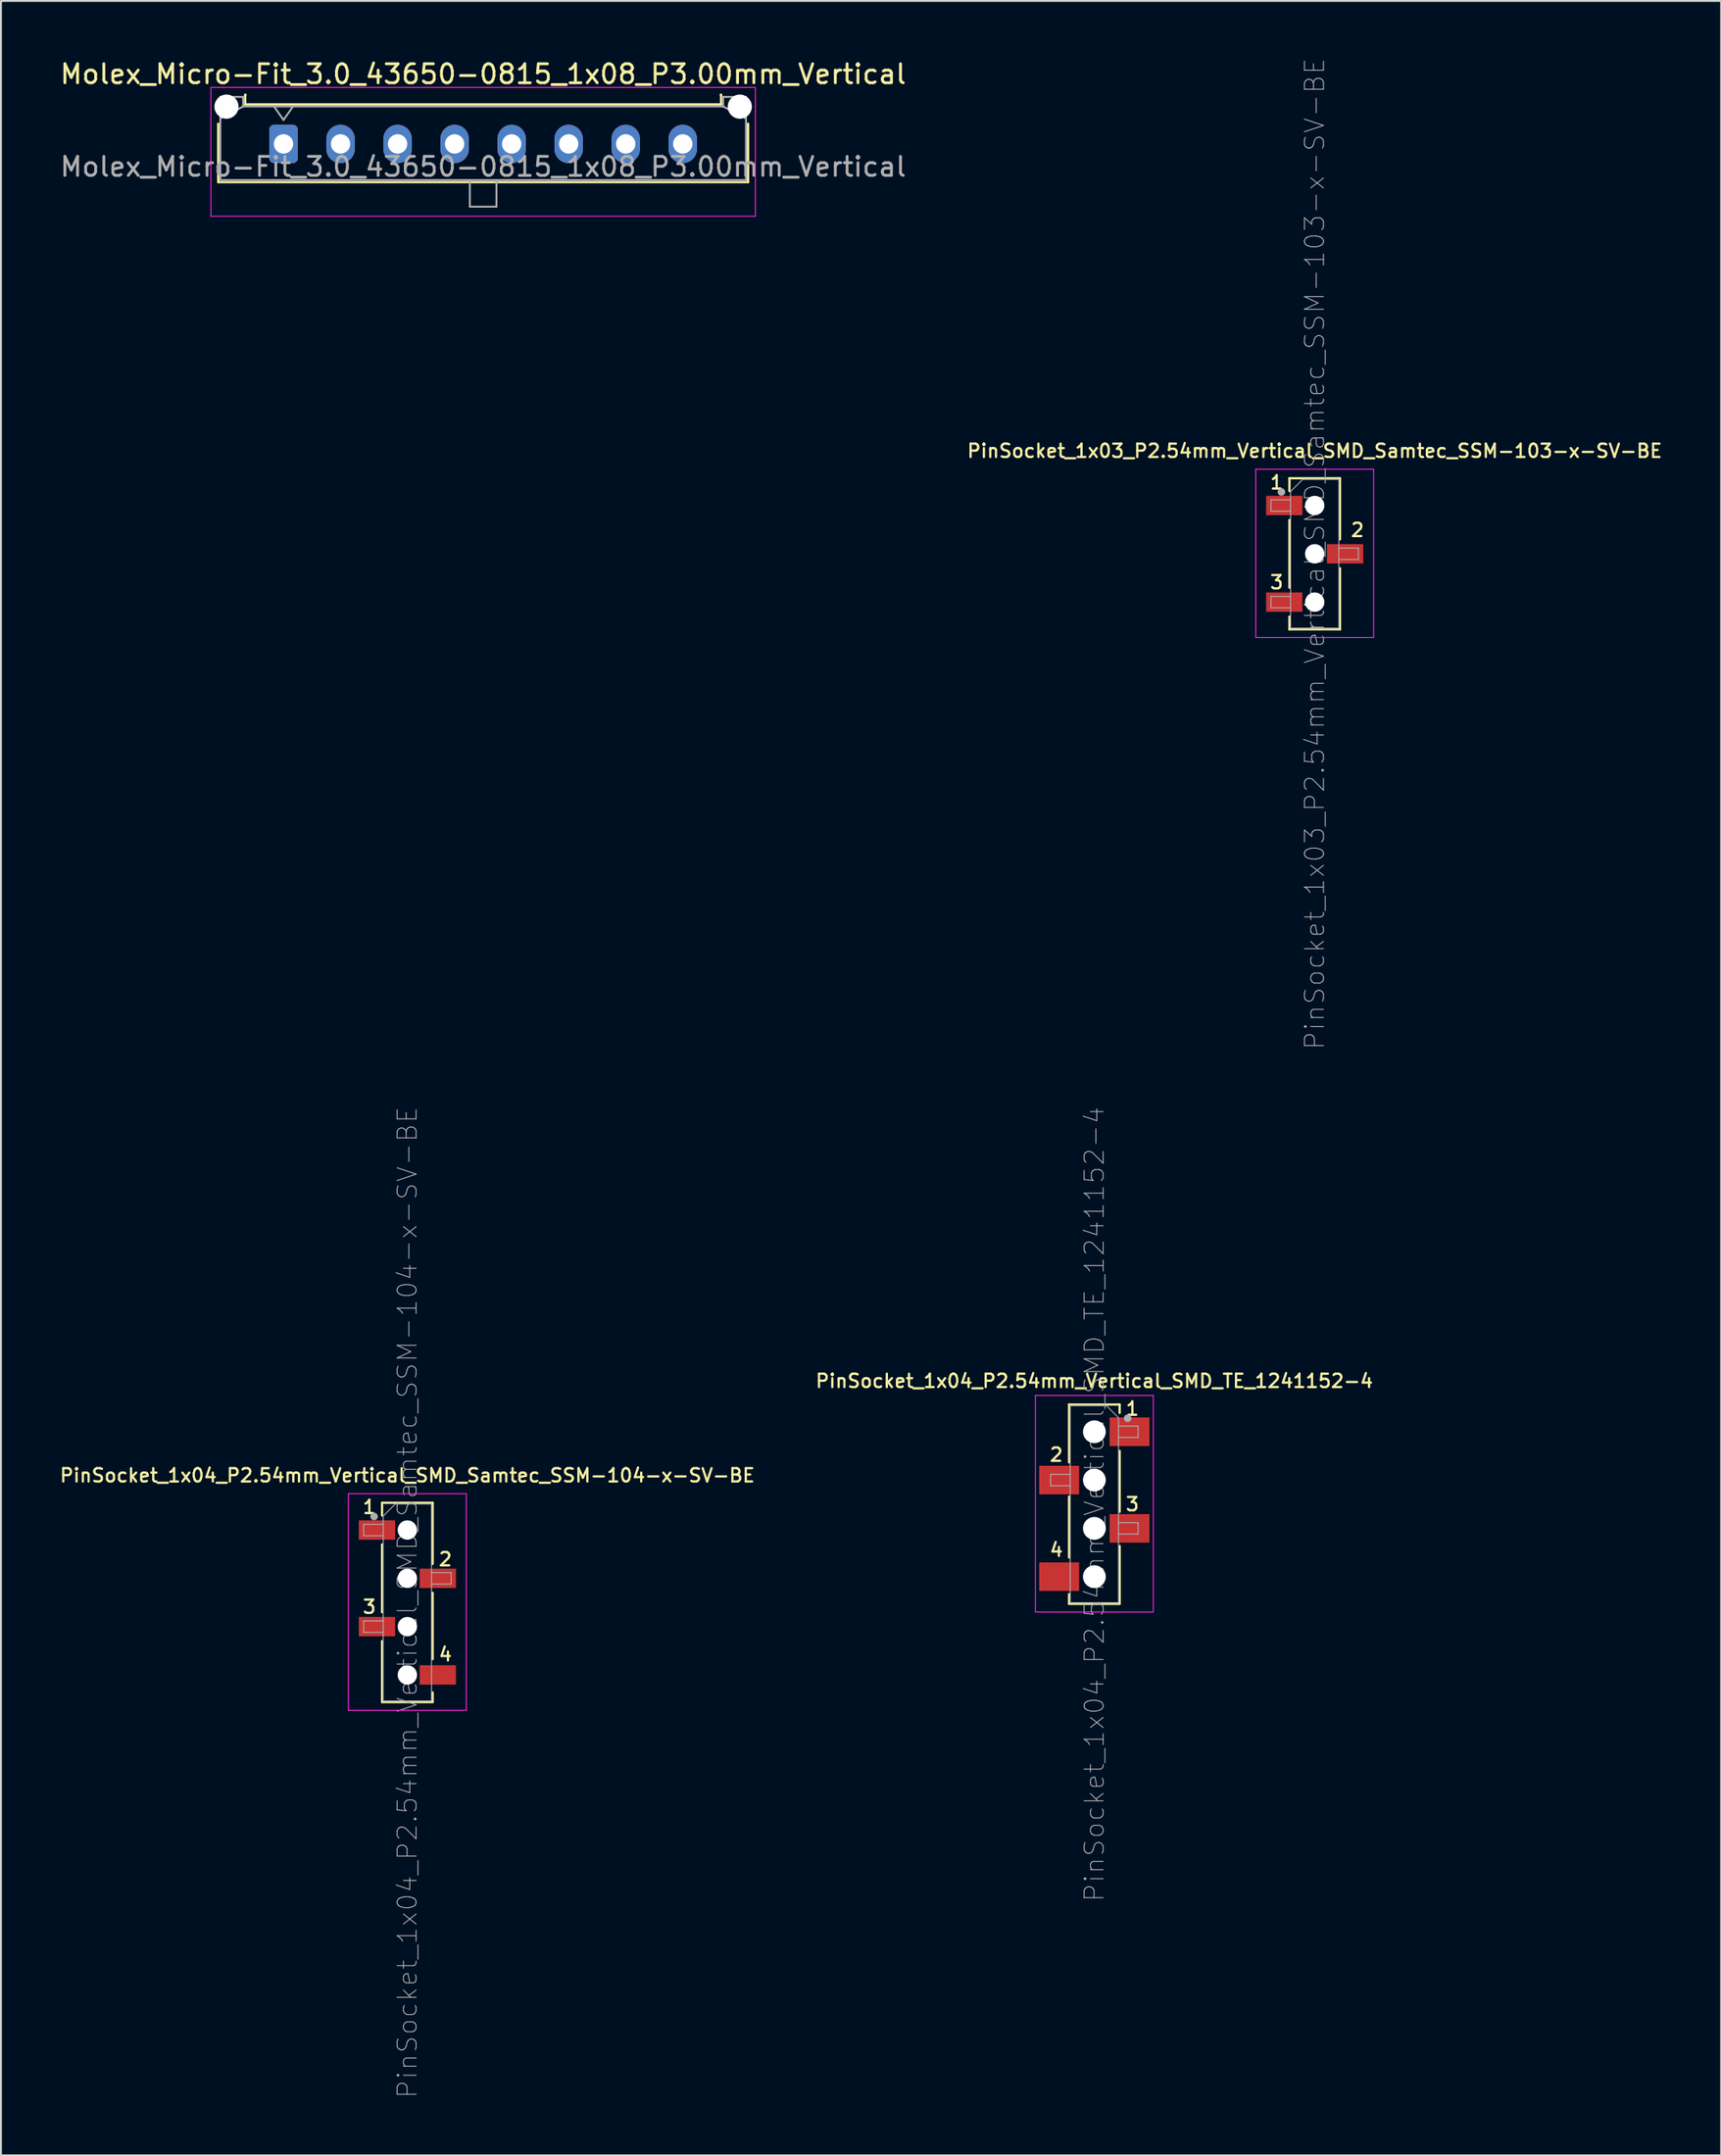
<source format=kicad_pcb>
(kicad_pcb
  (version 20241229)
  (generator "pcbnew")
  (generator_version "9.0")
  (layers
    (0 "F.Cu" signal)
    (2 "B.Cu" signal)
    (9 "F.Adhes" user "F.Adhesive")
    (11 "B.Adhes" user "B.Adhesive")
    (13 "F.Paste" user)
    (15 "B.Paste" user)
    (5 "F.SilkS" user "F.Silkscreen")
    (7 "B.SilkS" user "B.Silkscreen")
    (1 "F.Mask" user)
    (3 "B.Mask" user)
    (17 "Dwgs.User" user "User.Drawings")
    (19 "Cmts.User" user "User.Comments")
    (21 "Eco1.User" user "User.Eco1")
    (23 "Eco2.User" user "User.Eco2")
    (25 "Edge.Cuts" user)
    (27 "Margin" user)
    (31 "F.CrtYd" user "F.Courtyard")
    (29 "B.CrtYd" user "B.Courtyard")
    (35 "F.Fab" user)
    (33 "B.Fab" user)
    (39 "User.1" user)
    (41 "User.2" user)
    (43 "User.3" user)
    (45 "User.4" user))
  (footprint "PinSocket_1x04_P2.54mm_Vertical_SMD_Samtec_SSM-104-x-SV-BE"
    (layer "F.Cu")
    (at 18.377 81.211)
    (property "Reference" "PinSocket_1x04_P2.54mm_Vertical_SMD_Samtec_SSM-104-x-SV-BE" (at 0 -6.68 0) (layer "F.SilkS") (effects (font (size 0.7 0.7) (thickness 0.12))))
    (attr smd)
    (fp_line (start -1.33 -5.24) (end -1.33 -4.57) (stroke (width 0.12) (type solid)) (layer "F.SilkS"))
    (fp_line (start -1.33 -5.24) (end 1.33 -5.24) (stroke (width 0.12) (type solid)) (layer "F.SilkS"))
    (fp_line (start -1.33 -3.05) (end -1.33 0.51) (stroke (width 0.12) (type solid)) (layer "F.SilkS"))
    (fp_line (start -1.33 2.03) (end -1.33 5.23) (stroke (width 0.12) (type solid)) (layer "F.SilkS"))
    (fp_line (start -1.33 5.24) (end 1.33 5.24) (stroke (width 0.12) (type solid)) (layer "F.SilkS"))
    (fp_line (start 1.33 -5.24) (end 1.33 -2.03) (stroke (width 0.12) (type solid)) (layer "F.SilkS"))
    (fp_line (start 1.33 -0.51) (end 1.33 2.98) (stroke (width 0.12) (type solid)) (layer "F.SilkS"))
    (fp_line (start 1.33 4.73) (end 1.33 5.22) (stroke (width 0.12) (type solid)) (layer "F.SilkS"))
    (fp_line (start -3.1 -5.72) (end 3.1 -5.72) (stroke (width 0.05) (type solid)) (layer "F.CrtYd"))
    (fp_line (start -3.1 5.67) (end -3.1 -5.72) (stroke (width 0.05) (type solid)) (layer "F.CrtYd"))
    (fp_line (start 3.1 -5.72) (end 3.1 5.67) (stroke (width 0.05) (type solid)) (layer "F.CrtYd"))
    (fp_line (start 3.1 5.67) (end -3.1 5.67) (stroke (width 0.05) (type solid)) (layer "F.CrtYd"))
    (fp_line (start -2.3 -4.11) (end -1.27 -4.11) (stroke (width 0.05) (type solid)) (layer "F.Fab"))
    (fp_line (start -2.3 -3.51) (end -2.3 -4.11) (stroke (width 0.05) (type solid)) (layer "F.Fab"))
    (fp_line (start -2.3 0.97) (end -1.27 0.97) (stroke (width 0.05) (type solid)) (layer "F.Fab"))
    (fp_line (start -2.3 1.57) (end -2.3 0.97) (stroke (width 0.05) (type solid)) (layer "F.Fab"))
    (fp_line (start -1.27 -4.545) (end -0.635 -5.18) (stroke (width 0.05) (type solid)) (layer "F.Fab"))
    (fp_line (start -1.27 -3.51) (end -2.3 -3.51) (stroke (width 0.05) (type solid)) (layer "F.Fab"))
    (fp_line (start -1.27 1.57) (end -2.3 1.57) (stroke (width 0.05) (type solid)) (layer "F.Fab"))
    (fp_line (start -1.27 5.18) (end -1.27 -4.545) (stroke (width 0.05) (type solid)) (layer "F.Fab"))
    (fp_line (start -0.635 -5.18) (end 1.27 -5.18) (stroke (width 0.05) (type solid)) (layer "F.Fab"))
    (fp_line (start 1.27 -5.18) (end 1.27 5.18) (stroke (width 0.05) (type solid)) (layer "F.Fab"))
    (fp_line (start 1.27 -1.57) (end 2.3 -1.57) (stroke (width 0.05) (type solid)) (layer "F.Fab"))
    (fp_line (start 1.27 5.18) (end -1.27 5.18) (stroke (width 0.05) (type solid)) (layer "F.Fab"))
    (fp_line (start 2.3 -1.57) (end 2.3 -0.97) (stroke (width 0.05) (type solid)) (layer "F.Fab"))
    (fp_line (start 2.3 -0.97) (end 1.27 -0.97) (stroke (width 0.05) (type solid)) (layer "F.Fab"))
    (fp_circle (center -1.75 -4.52) (end -1.65 -4.52) (stroke (width 0.2) (type solid)) (fill no) (layer "F.Fab"))
    (fp_text user "4" (at 2 2.73 0) (layer "F.SilkS") (effects (font (size 0.7 0.7) (thickness 0.12))))
    (fp_text user "2" (at 2 -2.27 0) (layer "F.SilkS") (effects (font (size 0.7 0.7) (thickness 0.12))))
    (fp_text user "1" (at -2 -5.02 0) (layer "F.SilkS") (effects (font (size 0.7 0.7) (thickness 0.12))))
    (fp_text user "3" (at -2 0.23 0) (layer "F.SilkS") (effects (font (size 0.7 0.7) (thickness 0.12))))
    (fp_text user "${REFERENCE}" (at 0 0 90) (layer "F.Fab") (effects (font (size 1 1) (thickness 0.05))))
    (pad "" np_thru_hole circle (at 0 -3.81) (size 1.02 1.02) (drill 1.02) (layers "*.Cu" "*.Mask"))
    (pad "" np_thru_hole circle (at 0 -1.27) (size 1.02 1.02) (drill 1.02) (layers "*.Cu" "*.Mask"))
    (pad "" np_thru_hole circle (at 0 1.27) (size 1.02 1.02) (drill 1.02) (layers "*.Cu" "*.Mask"))
    (pad "" np_thru_hole circle (at 0 3.81) (size 1.02 1.02) (drill 1.02) (layers "*.Cu" "*.Mask"))
    (pad "1" smd rect (at -1.6 -3.81) (size 1.91 1.02) (layers "F.Cu" "F.Mask" "F.Paste"))
    (pad "2" smd rect (at 1.6 -1.27) (size 1.91 1.02) (layers "F.Cu" "F.Mask" "F.Paste"))
    (pad "3" smd rect (at -1.6 1.27) (size 1.91 1.02) (layers "F.Cu" "F.Mask" "F.Paste"))
    (pad "4" smd rect (at 1.6 3.81) (size 1.91 1.02) (layers "F.Cu" "F.Mask" "F.Paste")))
  (footprint "PinSocket_1x03_P2.54mm_Vertical_SMD_Samtec_SSM-103-x-SV-BE"
    (layer "F.Cu")
    (at 66.103 26.07)
    (property "Reference" "PinSocket_1x03_P2.54mm_Vertical_SMD_Samtec_SSM-103-x-SV-BE" (at 0 -5.41 0) (layer "F.SilkS") (effects (font (size 0.7 0.7) (thickness 0.12))))
    (attr smd)
    (fp_line (start -1.33 -3.97) (end -1.33 -3.3) (stroke (width 0.12) (type solid)) (layer "F.SilkS"))
    (fp_line (start -1.33 -3.97) (end 1.33 -3.97) (stroke (width 0.12) (type solid)) (layer "F.SilkS"))
    (fp_line (start -1.33 -1.78) (end -1.33 1.78) (stroke (width 0.12) (type solid)) (layer "F.SilkS"))
    (fp_line (start -1.33 3.3) (end -1.33 3.97) (stroke (width 0.12) (type solid)) (layer "F.SilkS"))
    (fp_line (start -1.33 3.97) (end 1.33 3.97) (stroke (width 0.12) (type solid)) (layer "F.SilkS"))
    (fp_line (start 1.33 -3.97) (end 1.33 -0.76) (stroke (width 0.12) (type solid)) (layer "F.SilkS"))
    (fp_line (start 1.33 0.76) (end 1.33 3.97) (stroke (width 0.12) (type solid)) (layer "F.SilkS"))
    (fp_line (start -3.1 -4.45) (end 3.1 -4.45) (stroke (width 0.05) (type solid)) (layer "F.CrtYd"))
    (fp_line (start -3.1 4.4) (end -3.1 -4.45) (stroke (width 0.05) (type solid)) (layer "F.CrtYd"))
    (fp_line (start 3.1 -4.45) (end 3.1 4.4) (stroke (width 0.05) (type solid)) (layer "F.CrtYd"))
    (fp_line (start 3.1 4.4) (end -3.1 4.4) (stroke (width 0.05) (type solid)) (layer "F.CrtYd"))
    (fp_line (start -2.3 -2.84) (end -1.27 -2.84) (stroke (width 0.05) (type solid)) (layer "F.Fab"))
    (fp_line (start -2.3 -2.24) (end -2.3 -2.84) (stroke (width 0.05) (type solid)) (layer "F.Fab"))
    (fp_line (start -2.3 2.24) (end -1.27 2.24) (stroke (width 0.05) (type solid)) (layer "F.Fab"))
    (fp_line (start -2.3 2.84) (end -2.3 2.24) (stroke (width 0.05) (type solid)) (layer "F.Fab"))
    (fp_line (start -1.27 -3.275) (end -0.635 -3.91) (stroke (width 0.05) (type solid)) (layer "F.Fab"))
    (fp_line (start -1.27 -2.24) (end -2.3 -2.24) (stroke (width 0.05) (type solid)) (layer "F.Fab"))
    (fp_line (start -1.27 2.84) (end -2.3 2.84) (stroke (width 0.05) (type solid)) (layer "F.Fab"))
    (fp_line (start -1.27 3.91) (end -1.27 -3.275) (stroke (width 0.05) (type solid)) (layer "F.Fab"))
    (fp_line (start -0.635 -3.91) (end 1.27 -3.91) (stroke (width 0.05) (type solid)) (layer "F.Fab"))
    (fp_line (start 1.27 -3.91) (end 1.27 3.91) (stroke (width 0.05) (type solid)) (layer "F.Fab"))
    (fp_line (start 1.27 -0.3) (end 2.3 -0.3) (stroke (width 0.05) (type solid)) (layer "F.Fab"))
    (fp_line (start 1.27 3.91) (end -1.27 3.91) (stroke (width 0.05) (type solid)) (layer "F.Fab"))
    (fp_line (start 2.3 -0.3) (end 2.3 0.3) (stroke (width 0.05) (type solid)) (layer "F.Fab"))
    (fp_line (start 2.3 0.3) (end 1.27 0.3) (stroke (width 0.05) (type solid)) (layer "F.Fab"))
    (fp_circle (center -1.75 -3.25) (end -1.65 -3.25) (stroke (width 0.2) (type solid)) (fill no) (layer "F.Fab"))
    (fp_text user "3" (at -2 1.5 0) (layer "F.SilkS") (effects (font (size 0.7 0.7) (thickness 0.12))))
    (fp_text user "2" (at 2.25 -1.25 0) (layer "F.SilkS") (effects (font (size 0.7 0.7) (thickness 0.12))))
    (fp_text user "1" (at -2 -3.75 0) (layer "F.SilkS") (effects (font (size 0.7 0.7) (thickness 0.12))))
    (fp_text user "${REFERENCE}" (at 0 0 90) (layer "F.Fab") (effects (font (size 1 1) (thickness 0.05))))
    (pad "" np_thru_hole circle (at 0 -2.54) (size 1.02 1.02) (drill 1.02) (layers "*.Cu" "*.Mask"))
    (pad "" np_thru_hole circle (at 0 0) (size 1.02 1.02) (drill 1.02) (layers "*.Cu" "*.Mask"))
    (pad "" np_thru_hole circle (at 0 2.54) (size 1.02 1.02) (drill 1.02) (layers "*.Cu" "*.Mask"))
    (pad "1" smd rect (at -1.6 -2.54) (size 1.91 1.02) (layers "F.Cu" "F.Mask" "F.Paste"))
    (pad "2" smd rect (at 1.6 0) (size 1.91 1.02) (layers "F.Cu" "F.Mask" "F.Paste"))
    (pad "3" smd rect (at -1.6 2.54) (size 1.91 1.02) (layers "F.Cu" "F.Mask" "F.Paste")))
  (footprint "Molex_Micro-Fit_3.0_43650-0815_1x08_P3.00mm_Vertical"
    (layer "F.Cu")
    (at 11.863 4.518)
    (property "Reference" "Molex_Micro-Fit_3.0_43650-0815_1x08_P3.00mm_Vertical" (at 10.5 -3.67 0) (layer "F.SilkS") (effects (font (size 1 1) (thickness 0.15))))
    (attr through_hole)
    (fp_line (start -3.435 -1.065) (end -3.435 2.01) (stroke (width 0.12) (type solid)) (layer "F.SilkS"))
    (fp_line (start -3.435 2.01) (end 24.435 2.01) (stroke (width 0.12) (type solid)) (layer "F.SilkS"))
    (fp_line (start -2.015 -2.58) (end -2.015 -2.08) (stroke (width 0.12) (type solid)) (layer "F.SilkS"))
    (fp_line (start -2.015 -2.08) (end 23.015 -2.08) (stroke (width 0.12) (type solid)) (layer "F.SilkS"))
    (fp_line (start -1.995 -2.58) (end -2.015 -2.58) (stroke (width 0.12) (type solid)) (layer "F.SilkS"))
    (fp_line (start 23.015 -2.58) (end 22.995 -2.58) (stroke (width 0.12) (type solid)) (layer "F.SilkS"))
    (fp_line (start 23.015 -2.08) (end 23.015 -2.58) (stroke (width 0.12) (type solid)) (layer "F.SilkS"))
    (fp_line (start 24.435 2.01) (end 24.435 -1.065) (stroke (width 0.12) (type solid)) (layer "F.SilkS"))
    (fp_line (start -3.82 -2.97) (end 24.82 -2.97) (stroke (width 0.05) (type solid)) (layer "F.CrtYd"))
    (fp_line (start -3.82 3.8) (end -3.82 -2.97) (stroke (width 0.05) (type solid)) (layer "F.CrtYd"))
    (fp_line (start 24.82 -2.97) (end 24.82 3.8) (stroke (width 0.05) (type solid)) (layer "F.CrtYd"))
    (fp_line (start 24.82 3.8) (end -3.82 3.8) (stroke (width 0.05) (type solid)) (layer "F.CrtYd"))
    (fp_line (start -3.325 -2.47) (end -3.325 1.9) (stroke (width 0.1) (type solid)) (layer "F.Fab"))
    (fp_line (start -3.325 -1.34) (end -2.125 -1.97) (stroke (width 0.1) (type solid)) (layer "F.Fab"))
    (fp_line (start -3.325 1.9) (end 24.325 1.9) (stroke (width 0.1) (type solid)) (layer "F.Fab"))
    (fp_line (start -2.125 -2.47) (end -3.325 -2.47) (stroke (width 0.1) (type solid)) (layer "F.Fab"))
    (fp_line (start -2.125 -1.97) (end -2.125 -2.47) (stroke (width 0.1) (type solid)) (layer "F.Fab"))
    (fp_line (start -0.5 -1.97) (end 0 -1.263) (stroke (width 0.1) (type solid)) (layer "F.Fab"))
    (fp_line (start 0 -1.263) (end 0.5 -1.97) (stroke (width 0.1) (type solid)) (layer "F.Fab"))
    (fp_line (start 9.8 1.9) (end 9.8 3.3) (stroke (width 0.1) (type solid)) (layer "F.Fab"))
    (fp_line (start 9.8 3.3) (end 11.2 3.3) (stroke (width 0.1) (type solid)) (layer "F.Fab"))
    (fp_line (start 11.2 3.3) (end 11.2 1.9) (stroke (width 0.1) (type solid)) (layer "F.Fab"))
    (fp_line (start 23.125 -2.47) (end 23.125 -1.97) (stroke (width 0.1) (type solid)) (layer "F.Fab"))
    (fp_line (start 23.125 -1.97) (end -2.125 -1.97) (stroke (width 0.1) (type solid)) (layer "F.Fab"))
    (fp_line (start 24.325 -2.47) (end 23.125 -2.47) (stroke (width 0.1) (type solid)) (layer "F.Fab"))
    (fp_line (start 24.325 -1.34) (end 23.125 -1.97) (stroke (width 0.1) (type solid)) (layer "F.Fab"))
    (fp_line (start 24.325 1.9) (end 24.325 -2.47) (stroke (width 0.1) (type solid)) (layer "F.Fab"))
    (fp_text user "${REFERENCE}" (at 10.5 1.2 0) (layer "F.Fab") (effects (font (size 1 1) (thickness 0.15))))
    (pad "" np_thru_hole circle (at -3 -1.96) (size 1.27 1.27) (drill 1.27) (layers "*.Cu" "*.Mask"))
    (pad "" np_thru_hole circle (at 24 -1.96) (size 1.27 1.27) (drill 1.27) (layers "*.Cu" "*.Mask"))
    (pad "1" thru_hole roundrect (at 0 0) (size 1.5 2.02) (drill 1.02) (layers "*.Cu" "*.Mask") (roundrect_rratio 0.167))
    (pad "2" thru_hole oval (at 3 0) (size 1.5 2.02) (drill 1.02) (layers "*.Cu" "*.Mask"))
    (pad "3" thru_hole oval (at 6 0) (size 1.5 2.02) (drill 1.02) (layers "*.Cu" "*.Mask"))
    (pad "4" thru_hole oval (at 9 0) (size 1.5 2.02) (drill 1.02) (layers "*.Cu" "*.Mask"))
    (pad "5" thru_hole oval (at 12 0) (size 1.5 2.02) (drill 1.02) (layers "*.Cu" "*.Mask"))
    (pad "6" thru_hole oval (at 15 0) (size 1.5 2.02) (drill 1.02) (layers "*.Cu" "*.Mask"))
    (pad "7" thru_hole oval (at 18 0) (size 1.5 2.02) (drill 1.02) (layers "*.Cu" "*.Mask"))
    (pad "8" thru_hole oval (at 21 0) (size 1.5 2.02) (drill 1.02) (layers "*.Cu" "*.Mask")))
  (footprint "PinSocket_1x04_P2.54mm_Vertical_SMD_TE_1241152-4"
    (layer "F.Cu")
    (at 54.513 76.044)
    (property "Reference" "PinSocket_1x04_P2.54mm_Vertical_SMD_TE_1241152-4" (at 0 -6.48 0) (layer "F.SilkS") (effects (font (size 0.7 0.7) (thickness 0.12))))
    (attr smd)
    (fp_line (start -1.33 -5.24) (end -1.33 -2.2) (stroke (width 0.12) (type solid)) (layer "F.SilkS"))
    (fp_line (start -1.33 -0.4) (end -1.33 2.8) (stroke (width 0.12) (type solid)) (layer "F.SilkS"))
    (fp_line (start -1.33 4.73) (end -1.33 5.22) (stroke (width 0.12) (type solid)) (layer "F.SilkS"))
    (fp_line (start 1.33 -5.24) (end -1.33 -5.24) (stroke (width 0.12) (type solid)) (layer "F.SilkS"))
    (fp_line (start 1.33 -5.24) (end 1.33 -4.8) (stroke (width 0.12) (type solid)) (layer "F.SilkS"))
    (fp_line (start 1.33 -2.8) (end 1.33 0.4) (stroke (width 0.12) (type solid)) (layer "F.SilkS"))
    (fp_line (start 1.33 2.2) (end 1.33 5.23) (stroke (width 0.12) (type solid)) (layer "F.SilkS"))
    (fp_line (start 1.33 5.24) (end -1.33 5.24) (stroke (width 0.12) (type solid)) (layer "F.SilkS"))
    (fp_line (start -3.1 -5.72) (end -3.1 5.67) (stroke (width 0.05) (type solid)) (layer "F.CrtYd"))
    (fp_line (start -3.1 5.67) (end 3.1 5.67) (stroke (width 0.05) (type solid)) (layer "F.CrtYd"))
    (fp_line (start 3.1 -5.72) (end -3.1 -5.72) (stroke (width 0.05) (type solid)) (layer "F.CrtYd"))
    (fp_line (start 3.1 5.67) (end 3.1 -5.72) (stroke (width 0.05) (type solid)) (layer "F.CrtYd"))
    (fp_line (start -2.3 -1.57) (end -2.3 -0.97) (stroke (width 0.05) (type solid)) (layer "F.Fab"))
    (fp_line (start -2.3 -0.97) (end -1.27 -0.97) (stroke (width 0.05) (type solid)) (layer "F.Fab"))
    (fp_line (start -1.27 -5.18) (end -1.27 5.18) (stroke (width 0.05) (type solid)) (layer "F.Fab"))
    (fp_line (start -1.27 -1.57) (end -2.3 -1.57) (stroke (width 0.05) (type solid)) (layer "F.Fab"))
    (fp_line (start -1.27 5.18) (end 1.27 5.18) (stroke (width 0.05) (type solid)) (layer "F.Fab"))
    (fp_line (start 0.635 -5.18) (end -1.27 -5.18) (stroke (width 0.05) (type solid)) (layer "F.Fab"))
    (fp_line (start 1.27 -4.545) (end 0.635 -5.18) (stroke (width 0.05) (type solid)) (layer "F.Fab"))
    (fp_line (start 1.27 -3.51) (end 2.3 -3.51) (stroke (width 0.05) (type solid)) (layer "F.Fab"))
    (fp_line (start 1.27 1.57) (end 2.3 1.57) (stroke (width 0.05) (type solid)) (layer "F.Fab"))
    (fp_line (start 1.27 5.18) (end 1.27 -4.545) (stroke (width 0.05) (type solid)) (layer "F.Fab"))
    (fp_line (start 2.3 -4.11) (end 1.27 -4.11) (stroke (width 0.05) (type solid)) (layer "F.Fab"))
    (fp_line (start 2.3 -3.51) (end 2.3 -4.11) (stroke (width 0.05) (type solid)) (layer "F.Fab"))
    (fp_line (start 2.3 0.97) (end 1.27 0.97) (stroke (width 0.05) (type solid)) (layer "F.Fab"))
    (fp_line (start 2.3 1.57) (end 2.3 0.97) (stroke (width 0.05) (type solid)) (layer "F.Fab"))
    (fp_circle (center 1.75 -4.52) (end 1.65 -4.52) (stroke (width 0.2) (type solid)) (fill no) (layer "F.Fab"))
    (fp_text user "3" (at 2 0 0) (layer "F.SilkS") (effects (font (size 0.7 0.7) (thickness 0.12))))
    (fp_text user "4" (at -2 2.4 0) (layer "F.SilkS") (effects (font (size 0.7 0.7) (thickness 0.12))))
    (fp_text user "2" (at -2 -2.6 0) (layer "F.SilkS") (effects (font (size 0.7 0.7) (thickness 0.12))))
    (fp_text user "1" (at 2 -5.02 0) (layer "F.SilkS") (effects (font (size 0.7 0.7) (thickness 0.12))))
    (fp_text user "${REFERENCE}" (at 0 0 90) (layer "F.Fab") (effects (font (size 1 1) (thickness 0.05))))
    (pad "" np_thru_hole circle (at 0 -3.81) (size 1.2 1.2) (drill 1.2) (layers "*.Cu" "*.Mask"))
    (pad "" np_thru_hole circle (at 0 -1.27) (size 1.2 1.2) (drill 1.2) (layers "*.Cu" "*.Mask"))
    (pad "" np_thru_hole circle (at 0 1.27) (size 1.2 1.2) (drill 1.2) (layers "*.Cu" "*.Mask"))
    (pad "" np_thru_hole circle (at 0 3.81) (size 1.2 1.2) (drill 1.2) (layers "*.Cu" "*.Mask"))
    (pad "1" smd rect (at 1.85 -3.81) (size 2.1 1.5) (layers "F.Cu" "F.Mask" "F.Paste"))
    (pad "2" smd rect (at -1.85 -1.27) (size 2.1 1.5) (layers "F.Cu" "F.Mask" "F.Paste"))
    (pad "3" smd rect (at 1.85 1.27) (size 2.1 1.5) (layers "F.Cu" "F.Mask" "F.Paste"))
    (pad "4" smd rect (at -1.85 3.81) (size 2.1 1.5) (layers "F.Cu" "F.Mask" "F.Paste")))
  (gr_rect
    (start -3 -3)
    (end 87.48 110.281)
    (stroke (width 0.1) (type default))
    (fill no)
    (layer "Edge.Cuts")))
</source>
